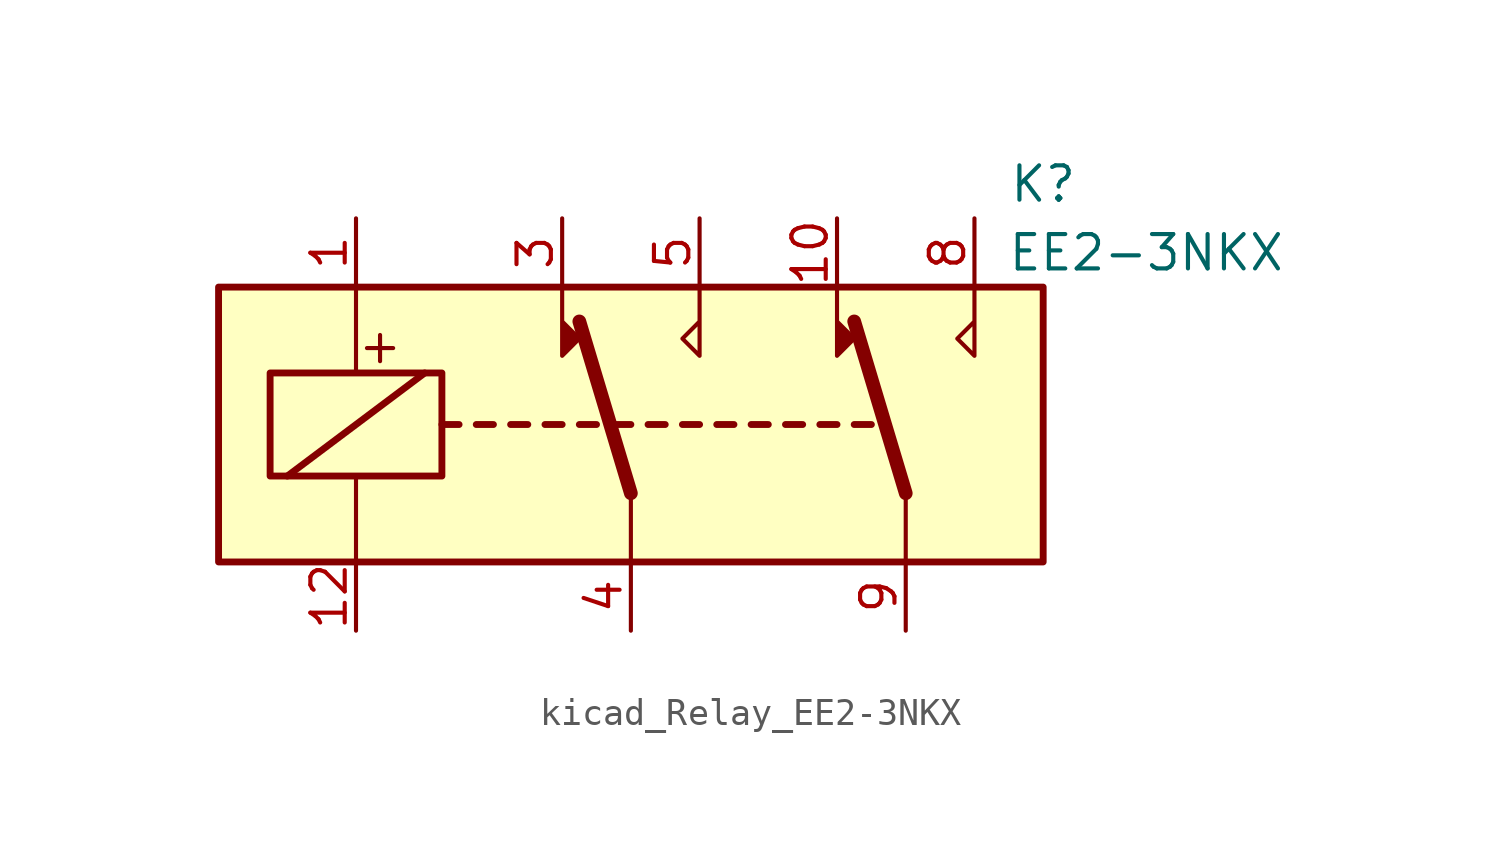
<source format=kicad_sym>
(kicad_symbol_lib
  (version 20220914)
  (generator kicad_symbol_editor)
  (symbol "kicad_Relay_EE2-3NKX"
    (property "Reference" "K"
      (at 15.24 8.89 0)
      (effects (font (size 1.27 1.27))))
    (property "Value" "EE2-3NKX"
      (at 19.05 6.35 0)
      (effects (font (size 1.27 1.27))))
    (symbol "kicad_Relay_EE2-3NKX_1_1"
      (rectangle (start -15.24 5.08) (end 15.24 -5.08) (stroke (width 0.254) (type default)) (fill (type background)))
      (rectangle (start -13.335 1.905) (end -6.985 -1.905) (stroke (width 0.254) (type default)) (fill (type none)))
      (polyline (pts (xy -12.7 -1.905) (xy -7.62 1.905)) (stroke (width 0.254) (type default)) (fill (type none)))
      (polyline (pts (xy -10.16 -5.08) (xy -10.16 -1.905)) (stroke (width 0) (type default)) (fill (type none)))
      (polyline (pts (xy -10.16 5.08) (xy -10.16 1.905)) (stroke (width 0) (type default)) (fill (type none)))
      (polyline (pts (xy -6.985 0) (xy -6.35 0)) (stroke (width 0.254) (type default)) (fill (type none)))
      (polyline (pts (xy -5.715 0) (xy -5.08 0)) (stroke (width 0.254) (type default)) (fill (type none)))
      (polyline (pts (xy -4.445 0) (xy -3.81 0)) (stroke (width 0.254) (type default)) (fill (type none)))
      (polyline (pts (xy -3.175 0) (xy -2.54 0)) (stroke (width 0.254) (type default)) (fill (type none)))
      (polyline (pts (xy -1.905 0) (xy -1.27 0)) (stroke (width 0.254) (type default)) (fill (type none)))
      (polyline (pts (xy -0.635 0) (xy 0 0)) (stroke (width 0.254) (type default)) (fill (type none)))
      (polyline (pts (xy 0 -2.54) (xy -1.905 3.81)) (stroke (width 0.508) (type default)) (fill (type none)))
      (polyline (pts (xy 0 -2.54) (xy 0 -5.08)) (stroke (width 0) (type default)) (fill (type none)))
      (polyline (pts (xy 0.635 0) (xy 1.27 0)) (stroke (width 0.254) (type default)) (fill (type none)))
      (polyline (pts (xy 1.905 0) (xy 2.54 0)) (stroke (width 0.254) (type default)) (fill (type none)))
      (polyline (pts (xy 3.175 0) (xy 3.81 0)) (stroke (width 0.254) (type default)) (fill (type none)))
      (polyline (pts (xy 4.445 0) (xy 5.08 0)) (stroke (width 0.254) (type default)) (fill (type none)))
      (polyline (pts (xy 5.715 0) (xy 6.35 0)) (stroke (width 0.254) (type default)) (fill (type none)))
      (polyline (pts (xy 6.985 0) (xy 7.62 0)) (stroke (width 0.254) (type default)) (fill (type none)))
      (polyline (pts (xy 8.255 0) (xy 8.89 0)) (stroke (width 0.254) (type default)) (fill (type none)))
      (polyline (pts (xy 10.16 -2.54) (xy 8.255 3.81)) (stroke (width 0.508) (type default)) (fill (type none)))
      (polyline (pts (xy 10.16 -2.54) (xy 10.16 -5.08)) (stroke (width 0) (type default)) (fill (type none)))
      (polyline (pts (xy -2.54 5.08) (xy -2.54 2.54) (xy -1.905 3.175) (xy -2.54 3.81)) (stroke (width 0) (type default)) (fill (type outline)))
      (polyline (pts (xy 2.54 5.08) (xy 2.54 2.54) (xy 1.905 3.175) (xy 2.54 3.81)) (stroke (width 0) (type default)) (fill (type none)))
      (polyline (pts (xy 7.62 5.08) (xy 7.62 2.54) (xy 8.255 3.175) (xy 7.62 3.81)) (stroke (width 0) (type default)) (fill (type outline)))
      (polyline (pts (xy 12.7 5.08) (xy 12.7 2.54) (xy 12.065 3.175) (xy 12.7 3.81)) (stroke (width 0) (type default)) (fill (type none)))
      (text "+" (at -9.271 2.921 0) (effects (font (size 1.27 1.27))))
      (pin passive line (at -10.16 7.62 270) (length 2.54) (name "~" (effects (font (size 1.27 1.27)))) (number "1" (effects (font (size 1.27 1.27)))))
      (pin passive line (at 7.62 7.62 270) (length 2.54) (name "~" (effects (font (size 1.27 1.27)))) (number "10" (effects (font (size 1.27 1.27)))))
      (pin passive line (at -10.16 -7.62 90) (length 2.54) (name "~" (effects (font (size 1.27 1.27)))) (number "12" (effects (font (size 1.27 1.27)))))
      (pin passive line (at -2.54 7.62 270) (length 2.54) (name "~" (effects (font (size 1.27 1.27)))) (number "3" (effects (font (size 1.27 1.27)))))
      (pin passive line (at 0 -7.62 90) (length 2.54) (name "~" (effects (font (size 1.27 1.27)))) (number "4" (effects (font (size 1.27 1.27)))))
      (pin passive line (at 2.54 7.62 270) (length 2.54) (name "~" (effects (font (size 1.27 1.27)))) (number "5" (effects (font (size 1.27 1.27)))))
      (pin passive line (at 12.7 7.62 270) (length 2.54) (name "~" (effects (font (size 1.27 1.27)))) (number "8" (effects (font (size 1.27 1.27)))))
      (pin passive line (at 10.16 -7.62 90) (length 2.54) (name "~" (effects (font (size 1.27 1.27)))) (number "9" (effects (font (size 1.27 1.27))))))))
</source>
